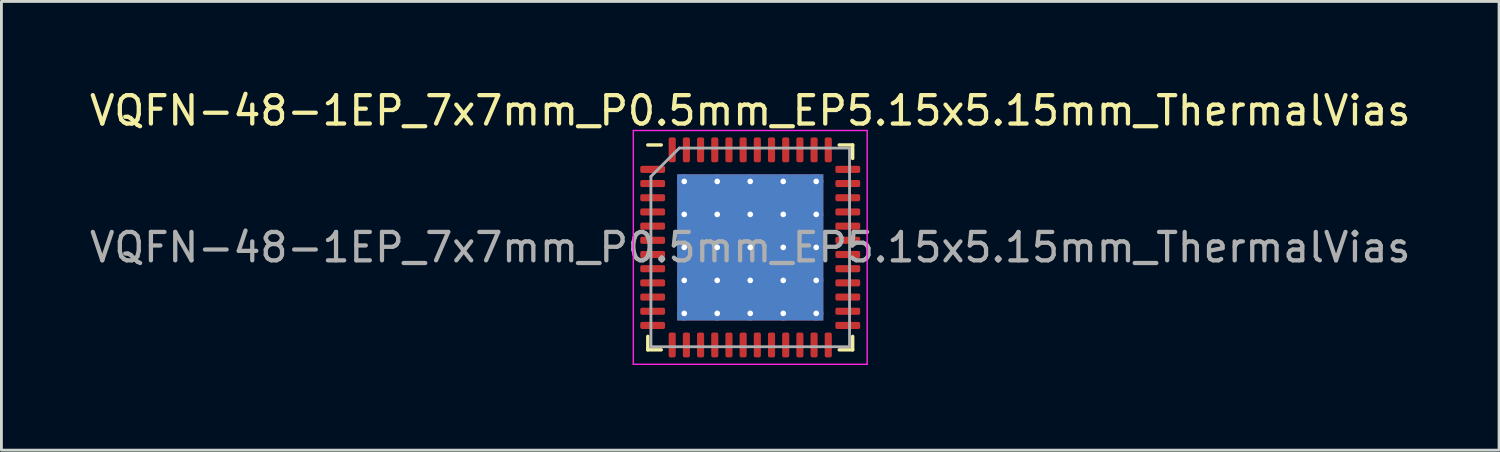
<source format=kicad_pcb>
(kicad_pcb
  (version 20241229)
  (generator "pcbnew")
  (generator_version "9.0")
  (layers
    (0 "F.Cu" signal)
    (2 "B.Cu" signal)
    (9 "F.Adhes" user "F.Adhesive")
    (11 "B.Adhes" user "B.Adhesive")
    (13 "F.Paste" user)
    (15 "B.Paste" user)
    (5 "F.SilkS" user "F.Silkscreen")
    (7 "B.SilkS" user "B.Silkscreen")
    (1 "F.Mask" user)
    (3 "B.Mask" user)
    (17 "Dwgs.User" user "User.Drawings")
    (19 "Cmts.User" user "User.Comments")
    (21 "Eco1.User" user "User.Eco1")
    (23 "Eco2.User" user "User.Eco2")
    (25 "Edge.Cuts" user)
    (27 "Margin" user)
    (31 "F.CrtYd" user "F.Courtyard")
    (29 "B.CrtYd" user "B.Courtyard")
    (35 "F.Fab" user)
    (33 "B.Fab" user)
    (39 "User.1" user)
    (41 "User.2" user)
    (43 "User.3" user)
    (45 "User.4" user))
  (footprint "VQFN-48-1EP_7x7mm_P0.5mm_EP5.15x5.15mm_ThermalVias"
    (layer "F.Cu")
    (at 23.387 5.668)
    (property "Reference" "VQFN-48-1EP_7x7mm_P0.5mm_EP5.15x5.15mm_ThermalVias" (at 0 -4.82 0) (layer "F.SilkS") (effects (font (size 1 1) (thickness 0.15))))
    (attr smd)
    (fp_line (start -3.61 3.61) (end -3.61 3.135) (stroke (width 0.12) (type solid)) (layer "F.SilkS"))
    (fp_line (start -3.135 -3.61) (end -3.61 -3.61) (stroke (width 0.12) (type solid)) (layer "F.SilkS"))
    (fp_line (start -3.135 3.61) (end -3.61 3.61) (stroke (width 0.12) (type solid)) (layer "F.SilkS"))
    (fp_line (start 3.135 -3.61) (end 3.61 -3.61) (stroke (width 0.12) (type solid)) (layer "F.SilkS"))
    (fp_line (start 3.135 3.61) (end 3.61 3.61) (stroke (width 0.12) (type solid)) (layer "F.SilkS"))
    (fp_line (start 3.61 -3.61) (end 3.61 -3.135) (stroke (width 0.12) (type solid)) (layer "F.SilkS"))
    (fp_line (start 3.61 3.61) (end 3.61 3.135) (stroke (width 0.12) (type solid)) (layer "F.SilkS"))
    (fp_line (start -4.12 -4.12) (end -4.12 4.12) (stroke (width 0.05) (type solid)) (layer "F.CrtYd"))
    (fp_line (start -4.12 4.12) (end 4.12 4.12) (stroke (width 0.05) (type solid)) (layer "F.CrtYd"))
    (fp_line (start 4.12 -4.12) (end -4.12 -4.12) (stroke (width 0.05) (type solid)) (layer "F.CrtYd"))
    (fp_line (start 4.12 4.12) (end 4.12 -4.12) (stroke (width 0.05) (type solid)) (layer "F.CrtYd"))
    (fp_line (start -3.5 -2.5) (end -2.5 -3.5) (stroke (width 0.1) (type solid)) (layer "F.Fab"))
    (fp_line (start -3.5 3.5) (end -3.5 -2.5) (stroke (width 0.1) (type solid)) (layer "F.Fab"))
    (fp_line (start -2.5 -3.5) (end 3.5 -3.5) (stroke (width 0.1) (type solid)) (layer "F.Fab"))
    (fp_line (start 3.5 -3.5) (end 3.5 3.5) (stroke (width 0.1) (type solid)) (layer "F.Fab"))
    (fp_line (start 3.5 3.5) (end -3.5 3.5) (stroke (width 0.1) (type solid)) (layer "F.Fab"))
    (fp_text user "${REFERENCE}" (at 0 0 0) (layer "F.Fab") (effects (font (size 1 1) (thickness 0.15))))
    (pad "" smd roundrect (at -1.29 -1.29) (size 2.08 2.08) (layers "F.Paste") (roundrect_rratio 0.12))
    (pad "" smd roundrect (at -1.29 1.29) (size 2.08 2.08) (layers "F.Paste") (roundrect_rratio 0.12))
    (pad "" smd roundrect (at 1.29 -1.29) (size 2.08 2.08) (layers "F.Paste") (roundrect_rratio 0.12))
    (pad "" smd roundrect (at 1.29 1.29) (size 2.08 2.08) (layers "F.Paste") (roundrect_rratio 0.12))
    (pad "1" smd roundrect (at -3.438 -2.75) (size 0.875 0.25) (layers "F.Cu" "F.Mask" "F.Paste") (roundrect_rratio 0.25))
    (pad "2" smd roundrect (at -3.438 -2.25) (size 0.875 0.25) (layers "F.Cu" "F.Mask" "F.Paste") (roundrect_rratio 0.25))
    (pad "3" smd roundrect (at -3.438 -1.75) (size 0.875 0.25) (layers "F.Cu" "F.Mask" "F.Paste") (roundrect_rratio 0.25))
    (pad "4" smd roundrect (at -3.438 -1.25) (size 0.875 0.25) (layers "F.Cu" "F.Mask" "F.Paste") (roundrect_rratio 0.25))
    (pad "5" smd roundrect (at -3.438 -0.75) (size 0.875 0.25) (layers "F.Cu" "F.Mask" "F.Paste") (roundrect_rratio 0.25))
    (pad "6" smd roundrect (at -3.438 -0.25) (size 0.875 0.25) (layers "F.Cu" "F.Mask" "F.Paste") (roundrect_rratio 0.25))
    (pad "7" smd roundrect (at -3.438 0.25) (size 0.875 0.25) (layers "F.Cu" "F.Mask" "F.Paste") (roundrect_rratio 0.25))
    (pad "8" smd roundrect (at -3.438 0.75) (size 0.875 0.25) (layers "F.Cu" "F.Mask" "F.Paste") (roundrect_rratio 0.25))
    (pad "9" smd roundrect (at -3.438 1.25) (size 0.875 0.25) (layers "F.Cu" "F.Mask" "F.Paste") (roundrect_rratio 0.25))
    (pad "10" smd roundrect (at -3.438 1.75) (size 0.875 0.25) (layers "F.Cu" "F.Mask" "F.Paste") (roundrect_rratio 0.25))
    (pad "11" smd roundrect (at -3.438 2.25) (size 0.875 0.25) (layers "F.Cu" "F.Mask" "F.Paste") (roundrect_rratio 0.25))
    (pad "12" smd roundrect (at -3.438 2.75) (size 0.875 0.25) (layers "F.Cu" "F.Mask" "F.Paste") (roundrect_rratio 0.25))
    (pad "13" smd roundrect (at -2.75 3.438) (size 0.25 0.875) (layers "F.Cu" "F.Mask" "F.Paste") (roundrect_rratio 0.25))
    (pad "14" smd roundrect (at -2.25 3.438) (size 0.25 0.875) (layers "F.Cu" "F.Mask" "F.Paste") (roundrect_rratio 0.25))
    (pad "15" smd roundrect (at -1.75 3.438) (size 0.25 0.875) (layers "F.Cu" "F.Mask" "F.Paste") (roundrect_rratio 0.25))
    (pad "16" smd roundrect (at -1.25 3.438) (size 0.25 0.875) (layers "F.Cu" "F.Mask" "F.Paste") (roundrect_rratio 0.25))
    (pad "17" smd roundrect (at -0.75 3.438) (size 0.25 0.875) (layers "F.Cu" "F.Mask" "F.Paste") (roundrect_rratio 0.25))
    (pad "18" smd roundrect (at -0.25 3.438) (size 0.25 0.875) (layers "F.Cu" "F.Mask" "F.Paste") (roundrect_rratio 0.25))
    (pad "19" smd roundrect (at 0.25 3.438) (size 0.25 0.875) (layers "F.Cu" "F.Mask" "F.Paste") (roundrect_rratio 0.25))
    (pad "20" smd roundrect (at 0.75 3.438) (size 0.25 0.875) (layers "F.Cu" "F.Mask" "F.Paste") (roundrect_rratio 0.25))
    (pad "21" smd roundrect (at 1.25 3.438) (size 0.25 0.875) (layers "F.Cu" "F.Mask" "F.Paste") (roundrect_rratio 0.25))
    (pad "22" smd roundrect (at 1.75 3.438) (size 0.25 0.875) (layers "F.Cu" "F.Mask" "F.Paste") (roundrect_rratio 0.25))
    (pad "23" smd roundrect (at 2.25 3.438) (size 0.25 0.875) (layers "F.Cu" "F.Mask" "F.Paste") (roundrect_rratio 0.25))
    (pad "24" smd roundrect (at 2.75 3.438) (size 0.25 0.875) (layers "F.Cu" "F.Mask" "F.Paste") (roundrect_rratio 0.25))
    (pad "25" smd roundrect (at 3.438 2.75) (size 0.875 0.25) (layers "F.Cu" "F.Mask" "F.Paste") (roundrect_rratio 0.25))
    (pad "26" smd roundrect (at 3.438 2.25) (size 0.875 0.25) (layers "F.Cu" "F.Mask" "F.Paste") (roundrect_rratio 0.25))
    (pad "27" smd roundrect (at 3.438 1.75) (size 0.875 0.25) (layers "F.Cu" "F.Mask" "F.Paste") (roundrect_rratio 0.25))
    (pad "28" smd roundrect (at 3.438 1.25) (size 0.875 0.25) (layers "F.Cu" "F.Mask" "F.Paste") (roundrect_rratio 0.25))
    (pad "29" smd roundrect (at 3.438 0.75) (size 0.875 0.25) (layers "F.Cu" "F.Mask" "F.Paste") (roundrect_rratio 0.25))
    (pad "30" smd roundrect (at 3.438 0.25) (size 0.875 0.25) (layers "F.Cu" "F.Mask" "F.Paste") (roundrect_rratio 0.25))
    (pad "31" smd roundrect (at 3.438 -0.25) (size 0.875 0.25) (layers "F.Cu" "F.Mask" "F.Paste") (roundrect_rratio 0.25))
    (pad "32" smd roundrect (at 3.438 -0.75) (size 0.875 0.25) (layers "F.Cu" "F.Mask" "F.Paste") (roundrect_rratio 0.25))
    (pad "33" smd roundrect (at 3.438 -1.25) (size 0.875 0.25) (layers "F.Cu" "F.Mask" "F.Paste") (roundrect_rratio 0.25))
    (pad "34" smd roundrect (at 3.438 -1.75) (size 0.875 0.25) (layers "F.Cu" "F.Mask" "F.Paste") (roundrect_rratio 0.25))
    (pad "35" smd roundrect (at 3.438 -2.25) (size 0.875 0.25) (layers "F.Cu" "F.Mask" "F.Paste") (roundrect_rratio 0.25))
    (pad "36" smd roundrect (at 3.438 -2.75) (size 0.875 0.25) (layers "F.Cu" "F.Mask" "F.Paste") (roundrect_rratio 0.25))
    (pad "37" smd roundrect (at 2.75 -3.438) (size 0.25 0.875) (layers "F.Cu" "F.Mask" "F.Paste") (roundrect_rratio 0.25))
    (pad "38" smd roundrect (at 2.25 -3.438) (size 0.25 0.875) (layers "F.Cu" "F.Mask" "F.Paste") (roundrect_rratio 0.25))
    (pad "39" smd roundrect (at 1.75 -3.438) (size 0.25 0.875) (layers "F.Cu" "F.Mask" "F.Paste") (roundrect_rratio 0.25))
    (pad "40" smd roundrect (at 1.25 -3.438) (size 0.25 0.875) (layers "F.Cu" "F.Mask" "F.Paste") (roundrect_rratio 0.25))
    (pad "41" smd roundrect (at 0.75 -3.438) (size 0.25 0.875) (layers "F.Cu" "F.Mask" "F.Paste") (roundrect_rratio 0.25))
    (pad "42" smd roundrect (at 0.25 -3.438) (size 0.25 0.875) (layers "F.Cu" "F.Mask" "F.Paste") (roundrect_rratio 0.25))
    (pad "43" smd roundrect (at -0.25 -3.438) (size 0.25 0.875) (layers "F.Cu" "F.Mask" "F.Paste") (roundrect_rratio 0.25))
    (pad "44" smd roundrect (at -0.75 -3.438) (size 0.25 0.875) (layers "F.Cu" "F.Mask" "F.Paste") (roundrect_rratio 0.25))
    (pad "45" smd roundrect (at -1.25 -3.438) (size 0.25 0.875) (layers "F.Cu" "F.Mask" "F.Paste") (roundrect_rratio 0.25))
    (pad "46" smd roundrect (at -1.75 -3.438) (size 0.25 0.875) (layers "F.Cu" "F.Mask" "F.Paste") (roundrect_rratio 0.25))
    (pad "47" smd roundrect (at -2.25 -3.438) (size 0.25 0.875) (layers "F.Cu" "F.Mask" "F.Paste") (roundrect_rratio 0.25))
    (pad "48" smd roundrect (at -2.75 -3.438) (size 0.25 0.875) (layers "F.Cu" "F.Mask" "F.Paste") (roundrect_rratio 0.25))
    (pad "49" thru_hole circle (at -2.325 -2.325) (size 0.5 0.5) (drill 0.2) (layers "*.Cu"))
    (pad "49" thru_hole circle (at -2.325 -1.163) (size 0.5 0.5) (drill 0.2) (layers "*.Cu"))
    (pad "49" thru_hole circle (at -2.325 0) (size 0.5 0.5) (drill 0.2) (layers "*.Cu"))
    (pad "49" thru_hole circle (at -2.325 1.163) (size 0.5 0.5) (drill 0.2) (layers "*.Cu"))
    (pad "49" thru_hole circle (at -2.325 2.325) (size 0.5 0.5) (drill 0.2) (layers "*.Cu"))
    (pad "49" thru_hole circle (at -1.163 -2.325) (size 0.5 0.5) (drill 0.2) (layers "*.Cu"))
    (pad "49" thru_hole circle (at -1.163 -1.163) (size 0.5 0.5) (drill 0.2) (layers "*.Cu"))
    (pad "49" thru_hole circle (at -1.163 0) (size 0.5 0.5) (drill 0.2) (layers "*.Cu"))
    (pad "49" thru_hole circle (at -1.163 1.163) (size 0.5 0.5) (drill 0.2) (layers "*.Cu"))
    (pad "49" thru_hole circle (at -1.163 2.325) (size 0.5 0.5) (drill 0.2) (layers "*.Cu"))
    (pad "49" thru_hole circle (at 0 -2.325) (size 0.5 0.5) (drill 0.2) (layers "*.Cu"))
    (pad "49" thru_hole circle (at 0 -1.163) (size 0.5 0.5) (drill 0.2) (layers "*.Cu"))
    (pad "49" thru_hole circle (at 0 0) (size 0.5 0.5) (drill 0.2) (layers "*.Cu"))
    (pad "49" smd rect (at 0 0) (size 5.15 5.15) (layers "F.Cu" "F.Mask"))
    (pad "49" smd rect (at 0 0) (size 5.15 5.15) (layers "B.Cu"))
    (pad "49" thru_hole circle (at 0 1.163) (size 0.5 0.5) (drill 0.2) (layers "*.Cu"))
    (pad "49" thru_hole circle (at 0 2.325) (size 0.5 0.5) (drill 0.2) (layers "*.Cu"))
    (pad "49" thru_hole circle (at 1.163 -2.325) (size 0.5 0.5) (drill 0.2) (layers "*.Cu"))
    (pad "49" thru_hole circle (at 1.163 -1.163) (size 0.5 0.5) (drill 0.2) (layers "*.Cu"))
    (pad "49" thru_hole circle (at 1.163 0) (size 0.5 0.5) (drill 0.2) (layers "*.Cu"))
    (pad "49" thru_hole circle (at 1.163 1.163) (size 0.5 0.5) (drill 0.2) (layers "*.Cu"))
    (pad "49" thru_hole circle (at 1.163 2.325) (size 0.5 0.5) (drill 0.2) (layers "*.Cu"))
    (pad "49" thru_hole circle (at 2.325 -2.325) (size 0.5 0.5) (drill 0.2) (layers "*.Cu"))
    (pad "49" thru_hole circle (at 2.325 -1.163) (size 0.5 0.5) (drill 0.2) (layers "*.Cu"))
    (pad "49" thru_hole circle (at 2.325 0) (size 0.5 0.5) (drill 0.2) (layers "*.Cu"))
    (pad "49" thru_hole circle (at 2.325 1.163) (size 0.5 0.5) (drill 0.2) (layers "*.Cu"))
    (pad "49" thru_hole circle (at 2.325 2.325) (size 0.5 0.5) (drill 0.2) (layers "*.Cu")))
  (gr_rect
    (start -3 -3)
    (end 49.774 12.813)
    (stroke (width 0.1) (type default))
    (fill no)
    (layer "Edge.Cuts")))
</source>
